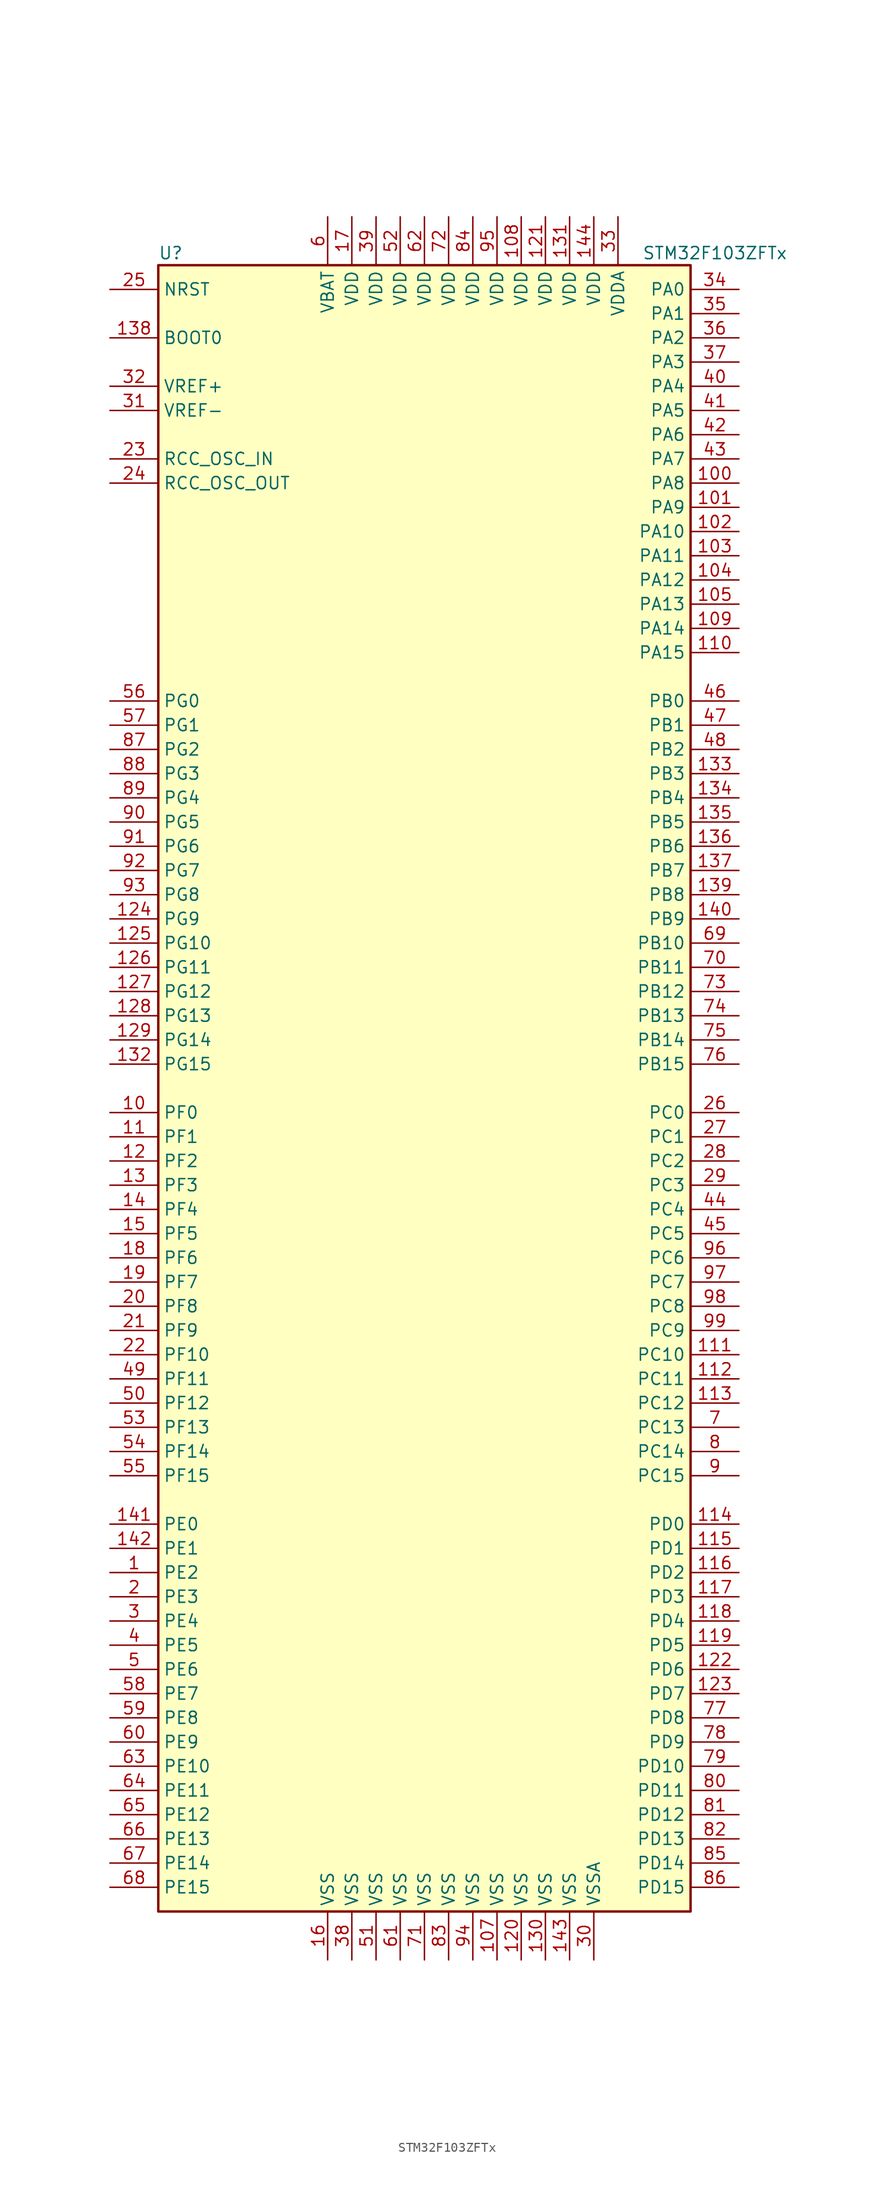
<source format=kicad_sym>
(kicad_symbol_lib
  (version 20201005)
  (generator kicad_symbol_editor)
  (symbol "STM32F103ZFTx"
    (property "Reference" "U"
      (at -27.94 87.63 0)
      (effects (font (size 1.27 1.27)) (justify left)))
    (property "Value" "STM32F103ZFTx"
      (at 22.86 87.63 0)
      (effects (font (size 1.27 1.27)) (justify left)))
    (symbol "STM32F103ZFTx_0_1"
      (rectangle (start -27.94 -86.36) (end 27.94 86.36) (stroke (width 0.254)) (fill (type background))))
    (symbol "STM32F103ZFTx_1_1"
      (pin input line (at -33.02 78.74 0) (length 5.08) (name "BOOT0" (effects (font (size 1.27 1.27)))) (number "138" (effects (font (size 1.27 1.27)))))
      (pin no_connect line (at -27.94 -83.82 0) (length 5.08) hide (name "NC" (effects (font (size 1.27 1.27)))) (number "106" (effects (font (size 1.27 1.27)))))
      (pin input line (at -33.02 83.82 0) (length 5.08) (name "NRST" (effects (font (size 1.27 1.27)))) (number "25" (effects (font (size 1.27 1.27)))))
      (pin bidirectional line (at 33.02 83.82 180) (length 5.08) (name "PA0" (effects (font (size 1.27 1.27)))) (number "34" (effects (font (size 1.27 1.27)))))
      (pin bidirectional line (at 33.02 81.28 180) (length 5.08) (name "PA1" (effects (font (size 1.27 1.27)))) (number "35" (effects (font (size 1.27 1.27)))))
      (pin bidirectional line (at 33.02 58.42 180) (length 5.08) (name "PA10" (effects (font (size 1.27 1.27)))) (number "102" (effects (font (size 1.27 1.27)))))
      (pin bidirectional line (at 33.02 55.88 180) (length 5.08) (name "PA11" (effects (font (size 1.27 1.27)))) (number "103" (effects (font (size 1.27 1.27)))))
      (pin bidirectional line (at 33.02 53.34 180) (length 5.08) (name "PA12" (effects (font (size 1.27 1.27)))) (number "104" (effects (font (size 1.27 1.27)))))
      (pin bidirectional line (at 33.02 50.8 180) (length 5.08) (name "PA13" (effects (font (size 1.27 1.27)))) (number "105" (effects (font (size 1.27 1.27)))))
      (pin bidirectional line (at 33.02 48.26 180) (length 5.08) (name "PA14" (effects (font (size 1.27 1.27)))) (number "109" (effects (font (size 1.27 1.27)))))
      (pin bidirectional line (at 33.02 45.72 180) (length 5.08) (name "PA15" (effects (font (size 1.27 1.27)))) (number "110" (effects (font (size 1.27 1.27)))))
      (pin bidirectional line (at 33.02 78.74 180) (length 5.08) (name "PA2" (effects (font (size 1.27 1.27)))) (number "36" (effects (font (size 1.27 1.27)))))
      (pin bidirectional line (at 33.02 76.2 180) (length 5.08) (name "PA3" (effects (font (size 1.27 1.27)))) (number "37" (effects (font (size 1.27 1.27)))))
      (pin bidirectional line (at 33.02 73.66 180) (length 5.08) (name "PA4" (effects (font (size 1.27 1.27)))) (number "40" (effects (font (size 1.27 1.27)))))
      (pin bidirectional line (at 33.02 71.12 180) (length 5.08) (name "PA5" (effects (font (size 1.27 1.27)))) (number "41" (effects (font (size 1.27 1.27)))))
      (pin bidirectional line (at 33.02 68.58 180) (length 5.08) (name "PA6" (effects (font (size 1.27 1.27)))) (number "42" (effects (font (size 1.27 1.27)))))
      (pin bidirectional line (at 33.02 66.04 180) (length 5.08) (name "PA7" (effects (font (size 1.27 1.27)))) (number "43" (effects (font (size 1.27 1.27)))))
      (pin bidirectional line (at 33.02 63.5 180) (length 5.08) (name "PA8" (effects (font (size 1.27 1.27)))) (number "100" (effects (font (size 1.27 1.27)))))
      (pin bidirectional line (at 33.02 60.96 180) (length 5.08) (name "PA9" (effects (font (size 1.27 1.27)))) (number "101" (effects (font (size 1.27 1.27)))))
      (pin bidirectional line (at 33.02 40.64 180) (length 5.08) (name "PB0" (effects (font (size 1.27 1.27)))) (number "46" (effects (font (size 1.27 1.27)))))
      (pin bidirectional line (at 33.02 38.1 180) (length 5.08) (name "PB1" (effects (font (size 1.27 1.27)))) (number "47" (effects (font (size 1.27 1.27)))))
      (pin bidirectional line (at 33.02 15.24 180) (length 5.08) (name "PB10" (effects (font (size 1.27 1.27)))) (number "69" (effects (font (size 1.27 1.27)))))
      (pin bidirectional line (at 33.02 12.7 180) (length 5.08) (name "PB11" (effects (font (size 1.27 1.27)))) (number "70" (effects (font (size 1.27 1.27)))))
      (pin bidirectional line (at 33.02 10.16 180) (length 5.08) (name "PB12" (effects (font (size 1.27 1.27)))) (number "73" (effects (font (size 1.27 1.27)))))
      (pin bidirectional line (at 33.02 7.62 180) (length 5.08) (name "PB13" (effects (font (size 1.27 1.27)))) (number "74" (effects (font (size 1.27 1.27)))))
      (pin bidirectional line (at 33.02 5.08 180) (length 5.08) (name "PB14" (effects (font (size 1.27 1.27)))) (number "75" (effects (font (size 1.27 1.27)))))
      (pin bidirectional line (at 33.02 2.54 180) (length 5.08) (name "PB15" (effects (font (size 1.27 1.27)))) (number "76" (effects (font (size 1.27 1.27)))))
      (pin bidirectional line (at 33.02 35.56 180) (length 5.08) (name "PB2" (effects (font (size 1.27 1.27)))) (number "48" (effects (font (size 1.27 1.27)))))
      (pin bidirectional line (at 33.02 33.02 180) (length 5.08) (name "PB3" (effects (font (size 1.27 1.27)))) (number "133" (effects (font (size 1.27 1.27)))))
      (pin bidirectional line (at 33.02 30.48 180) (length 5.08) (name "PB4" (effects (font (size 1.27 1.27)))) (number "134" (effects (font (size 1.27 1.27)))))
      (pin bidirectional line (at 33.02 27.94 180) (length 5.08) (name "PB5" (effects (font (size 1.27 1.27)))) (number "135" (effects (font (size 1.27 1.27)))))
      (pin bidirectional line (at 33.02 25.4 180) (length 5.08) (name "PB6" (effects (font (size 1.27 1.27)))) (number "136" (effects (font (size 1.27 1.27)))))
      (pin bidirectional line (at 33.02 22.86 180) (length 5.08) (name "PB7" (effects (font (size 1.27 1.27)))) (number "137" (effects (font (size 1.27 1.27)))))
      (pin bidirectional line (at 33.02 20.32 180) (length 5.08) (name "PB8" (effects (font (size 1.27 1.27)))) (number "139" (effects (font (size 1.27 1.27)))))
      (pin bidirectional line (at 33.02 17.78 180) (length 5.08) (name "PB9" (effects (font (size 1.27 1.27)))) (number "140" (effects (font (size 1.27 1.27)))))
      (pin bidirectional line (at 33.02 -2.54 180) (length 5.08) (name "PC0" (effects (font (size 1.27 1.27)))) (number "26" (effects (font (size 1.27 1.27)))))
      (pin bidirectional line (at 33.02 -5.08 180) (length 5.08) (name "PC1" (effects (font (size 1.27 1.27)))) (number "27" (effects (font (size 1.27 1.27)))))
      (pin bidirectional line (at 33.02 -27.94 180) (length 5.08) (name "PC10" (effects (font (size 1.27 1.27)))) (number "111" (effects (font (size 1.27 1.27)))))
      (pin bidirectional line (at 33.02 -30.48 180) (length 5.08) (name "PC11" (effects (font (size 1.27 1.27)))) (number "112" (effects (font (size 1.27 1.27)))))
      (pin bidirectional line (at 33.02 -33.02 180) (length 5.08) (name "PC12" (effects (font (size 1.27 1.27)))) (number "113" (effects (font (size 1.27 1.27)))))
      (pin bidirectional line (at 33.02 -35.56 180) (length 5.08) (name "PC13" (effects (font (size 1.27 1.27)))) (number "7" (effects (font (size 1.27 1.27)))))
      (pin bidirectional line (at 33.02 -38.1 180) (length 5.08) (name "PC14" (effects (font (size 1.27 1.27)))) (number "8" (effects (font (size 1.27 1.27)))))
      (pin bidirectional line (at 33.02 -40.64 180) (length 5.08) (name "PC15" (effects (font (size 1.27 1.27)))) (number "9" (effects (font (size 1.27 1.27)))))
      (pin bidirectional line (at 33.02 -7.62 180) (length 5.08) (name "PC2" (effects (font (size 1.27 1.27)))) (number "28" (effects (font (size 1.27 1.27)))))
      (pin bidirectional line (at 33.02 -10.16 180) (length 5.08) (name "PC3" (effects (font (size 1.27 1.27)))) (number "29" (effects (font (size 1.27 1.27)))))
      (pin bidirectional line (at 33.02 -12.7 180) (length 5.08) (name "PC4" (effects (font (size 1.27 1.27)))) (number "44" (effects (font (size 1.27 1.27)))))
      (pin bidirectional line (at 33.02 -15.24 180) (length 5.08) (name "PC5" (effects (font (size 1.27 1.27)))) (number "45" (effects (font (size 1.27 1.27)))))
      (pin bidirectional line (at 33.02 -17.78 180) (length 5.08) (name "PC6" (effects (font (size 1.27 1.27)))) (number "96" (effects (font (size 1.27 1.27)))))
      (pin bidirectional line (at 33.02 -20.32 180) (length 5.08) (name "PC7" (effects (font (size 1.27 1.27)))) (number "97" (effects (font (size 1.27 1.27)))))
      (pin bidirectional line (at 33.02 -22.86 180) (length 5.08) (name "PC8" (effects (font (size 1.27 1.27)))) (number "98" (effects (font (size 1.27 1.27)))))
      (pin bidirectional line (at 33.02 -25.4 180) (length 5.08) (name "PC9" (effects (font (size 1.27 1.27)))) (number "99" (effects (font (size 1.27 1.27)))))
      (pin bidirectional line (at 33.02 -45.72 180) (length 5.08) (name "PD0" (effects (font (size 1.27 1.27)))) (number "114" (effects (font (size 1.27 1.27)))))
      (pin bidirectional line (at 33.02 -48.26 180) (length 5.08) (name "PD1" (effects (font (size 1.27 1.27)))) (number "115" (effects (font (size 1.27 1.27)))))
      (pin bidirectional line (at 33.02 -71.12 180) (length 5.08) (name "PD10" (effects (font (size 1.27 1.27)))) (number "79" (effects (font (size 1.27 1.27)))))
      (pin bidirectional line (at 33.02 -73.66 180) (length 5.08) (name "PD11" (effects (font (size 1.27 1.27)))) (number "80" (effects (font (size 1.27 1.27)))))
      (pin bidirectional line (at 33.02 -76.2 180) (length 5.08) (name "PD12" (effects (font (size 1.27 1.27)))) (number "81" (effects (font (size 1.27 1.27)))))
      (pin bidirectional line (at 33.02 -78.74 180) (length 5.08) (name "PD13" (effects (font (size 1.27 1.27)))) (number "82" (effects (font (size 1.27 1.27)))))
      (pin bidirectional line (at 33.02 -81.28 180) (length 5.08) (name "PD14" (effects (font (size 1.27 1.27)))) (number "85" (effects (font (size 1.27 1.27)))))
      (pin bidirectional line (at 33.02 -83.82 180) (length 5.08) (name "PD15" (effects (font (size 1.27 1.27)))) (number "86" (effects (font (size 1.27 1.27)))))
      (pin bidirectional line (at 33.02 -50.8 180) (length 5.08) (name "PD2" (effects (font (size 1.27 1.27)))) (number "116" (effects (font (size 1.27 1.27)))))
      (pin bidirectional line (at 33.02 -53.34 180) (length 5.08) (name "PD3" (effects (font (size 1.27 1.27)))) (number "117" (effects (font (size 1.27 1.27)))))
      (pin bidirectional line (at 33.02 -55.88 180) (length 5.08) (name "PD4" (effects (font (size 1.27 1.27)))) (number "118" (effects (font (size 1.27 1.27)))))
      (pin bidirectional line (at 33.02 -58.42 180) (length 5.08) (name "PD5" (effects (font (size 1.27 1.27)))) (number "119" (effects (font (size 1.27 1.27)))))
      (pin bidirectional line (at 33.02 -60.96 180) (length 5.08) (name "PD6" (effects (font (size 1.27 1.27)))) (number "122" (effects (font (size 1.27 1.27)))))
      (pin bidirectional line (at 33.02 -63.5 180) (length 5.08) (name "PD7" (effects (font (size 1.27 1.27)))) (number "123" (effects (font (size 1.27 1.27)))))
      (pin bidirectional line (at 33.02 -66.04 180) (length 5.08) (name "PD8" (effects (font (size 1.27 1.27)))) (number "77" (effects (font (size 1.27 1.27)))))
      (pin bidirectional line (at 33.02 -68.58 180) (length 5.08) (name "PD9" (effects (font (size 1.27 1.27)))) (number "78" (effects (font (size 1.27 1.27)))))
      (pin bidirectional line (at -33.02 -45.72 0) (length 5.08) (name "PE0" (effects (font (size 1.27 1.27)))) (number "141" (effects (font (size 1.27 1.27)))))
      (pin bidirectional line (at -33.02 -48.26 0) (length 5.08) (name "PE1" (effects (font (size 1.27 1.27)))) (number "142" (effects (font (size 1.27 1.27)))))
      (pin bidirectional line (at -33.02 -71.12 0) (length 5.08) (name "PE10" (effects (font (size 1.27 1.27)))) (number "63" (effects (font (size 1.27 1.27)))))
      (pin bidirectional line (at -33.02 -73.66 0) (length 5.08) (name "PE11" (effects (font (size 1.27 1.27)))) (number "64" (effects (font (size 1.27 1.27)))))
      (pin bidirectional line (at -33.02 -76.2 0) (length 5.08) (name "PE12" (effects (font (size 1.27 1.27)))) (number "65" (effects (font (size 1.27 1.27)))))
      (pin bidirectional line (at -33.02 -78.74 0) (length 5.08) (name "PE13" (effects (font (size 1.27 1.27)))) (number "66" (effects (font (size 1.27 1.27)))))
      (pin bidirectional line (at -33.02 -81.28 0) (length 5.08) (name "PE14" (effects (font (size 1.27 1.27)))) (number "67" (effects (font (size 1.27 1.27)))))
      (pin bidirectional line (at -33.02 -83.82 0) (length 5.08) (name "PE15" (effects (font (size 1.27 1.27)))) (number "68" (effects (font (size 1.27 1.27)))))
      (pin bidirectional line (at -33.02 -50.8 0) (length 5.08) (name "PE2" (effects (font (size 1.27 1.27)))) (number "1" (effects (font (size 1.27 1.27)))))
      (pin bidirectional line (at -33.02 -53.34 0) (length 5.08) (name "PE3" (effects (font (size 1.27 1.27)))) (number "2" (effects (font (size 1.27 1.27)))))
      (pin bidirectional line (at -33.02 -55.88 0) (length 5.08) (name "PE4" (effects (font (size 1.27 1.27)))) (number "3" (effects (font (size 1.27 1.27)))))
      (pin bidirectional line (at -33.02 -58.42 0) (length 5.08) (name "PE5" (effects (font (size 1.27 1.27)))) (number "4" (effects (font (size 1.27 1.27)))))
      (pin bidirectional line (at -33.02 -60.96 0) (length 5.08) (name "PE6" (effects (font (size 1.27 1.27)))) (number "5" (effects (font (size 1.27 1.27)))))
      (pin bidirectional line (at -33.02 -63.5 0) (length 5.08) (name "PE7" (effects (font (size 1.27 1.27)))) (number "58" (effects (font (size 1.27 1.27)))))
      (pin bidirectional line (at -33.02 -66.04 0) (length 5.08) (name "PE8" (effects (font (size 1.27 1.27)))) (number "59" (effects (font (size 1.27 1.27)))))
      (pin bidirectional line (at -33.02 -68.58 0) (length 5.08) (name "PE9" (effects (font (size 1.27 1.27)))) (number "60" (effects (font (size 1.27 1.27)))))
      (pin bidirectional line (at -33.02 -2.54 0) (length 5.08) (name "PF0" (effects (font (size 1.27 1.27)))) (number "10" (effects (font (size 1.27 1.27)))))
      (pin bidirectional line (at -33.02 -5.08 0) (length 5.08) (name "PF1" (effects (font (size 1.27 1.27)))) (number "11" (effects (font (size 1.27 1.27)))))
      (pin bidirectional line (at -33.02 -27.94 0) (length 5.08) (name "PF10" (effects (font (size 1.27 1.27)))) (number "22" (effects (font (size 1.27 1.27)))))
      (pin bidirectional line (at -33.02 -30.48 0) (length 5.08) (name "PF11" (effects (font (size 1.27 1.27)))) (number "49" (effects (font (size 1.27 1.27)))))
      (pin bidirectional line (at -33.02 -33.02 0) (length 5.08) (name "PF12" (effects (font (size 1.27 1.27)))) (number "50" (effects (font (size 1.27 1.27)))))
      (pin bidirectional line (at -33.02 -35.56 0) (length 5.08) (name "PF13" (effects (font (size 1.27 1.27)))) (number "53" (effects (font (size 1.27 1.27)))))
      (pin bidirectional line (at -33.02 -38.1 0) (length 5.08) (name "PF14" (effects (font (size 1.27 1.27)))) (number "54" (effects (font (size 1.27 1.27)))))
      (pin bidirectional line (at -33.02 -40.64 0) (length 5.08) (name "PF15" (effects (font (size 1.27 1.27)))) (number "55" (effects (font (size 1.27 1.27)))))
      (pin bidirectional line (at -33.02 -7.62 0) (length 5.08) (name "PF2" (effects (font (size 1.27 1.27)))) (number "12" (effects (font (size 1.27 1.27)))))
      (pin bidirectional line (at -33.02 -10.16 0) (length 5.08) (name "PF3" (effects (font (size 1.27 1.27)))) (number "13" (effects (font (size 1.27 1.27)))))
      (pin bidirectional line (at -33.02 -12.7 0) (length 5.08) (name "PF4" (effects (font (size 1.27 1.27)))) (number "14" (effects (font (size 1.27 1.27)))))
      (pin bidirectional line (at -33.02 -15.24 0) (length 5.08) (name "PF5" (effects (font (size 1.27 1.27)))) (number "15" (effects (font (size 1.27 1.27)))))
      (pin bidirectional line (at -33.02 -17.78 0) (length 5.08) (name "PF6" (effects (font (size 1.27 1.27)))) (number "18" (effects (font (size 1.27 1.27)))))
      (pin bidirectional line (at -33.02 -20.32 0) (length 5.08) (name "PF7" (effects (font (size 1.27 1.27)))) (number "19" (effects (font (size 1.27 1.27)))))
      (pin bidirectional line (at -33.02 -22.86 0) (length 5.08) (name "PF8" (effects (font (size 1.27 1.27)))) (number "20" (effects (font (size 1.27 1.27)))))
      (pin bidirectional line (at -33.02 -25.4 0) (length 5.08) (name "PF9" (effects (font (size 1.27 1.27)))) (number "21" (effects (font (size 1.27 1.27)))))
      (pin bidirectional line (at -33.02 40.64 0) (length 5.08) (name "PG0" (effects (font (size 1.27 1.27)))) (number "56" (effects (font (size 1.27 1.27)))))
      (pin bidirectional line (at -33.02 38.1 0) (length 5.08) (name "PG1" (effects (font (size 1.27 1.27)))) (number "57" (effects (font (size 1.27 1.27)))))
      (pin bidirectional line (at -33.02 15.24 0) (length 5.08) (name "PG10" (effects (font (size 1.27 1.27)))) (number "125" (effects (font (size 1.27 1.27)))))
      (pin bidirectional line (at -33.02 12.7 0) (length 5.08) (name "PG11" (effects (font (size 1.27 1.27)))) (number "126" (effects (font (size 1.27 1.27)))))
      (pin bidirectional line (at -33.02 10.16 0) (length 5.08) (name "PG12" (effects (font (size 1.27 1.27)))) (number "127" (effects (font (size 1.27 1.27)))))
      (pin bidirectional line (at -33.02 7.62 0) (length 5.08) (name "PG13" (effects (font (size 1.27 1.27)))) (number "128" (effects (font (size 1.27 1.27)))))
      (pin bidirectional line (at -33.02 5.08 0) (length 5.08) (name "PG14" (effects (font (size 1.27 1.27)))) (number "129" (effects (font (size 1.27 1.27)))))
      (pin bidirectional line (at -33.02 2.54 0) (length 5.08) (name "PG15" (effects (font (size 1.27 1.27)))) (number "132" (effects (font (size 1.27 1.27)))))
      (pin bidirectional line (at -33.02 35.56 0) (length 5.08) (name "PG2" (effects (font (size 1.27 1.27)))) (number "87" (effects (font (size 1.27 1.27)))))
      (pin bidirectional line (at -33.02 33.02 0) (length 5.08) (name "PG3" (effects (font (size 1.27 1.27)))) (number "88" (effects (font (size 1.27 1.27)))))
      (pin bidirectional line (at -33.02 30.48 0) (length 5.08) (name "PG4" (effects (font (size 1.27 1.27)))) (number "89" (effects (font (size 1.27 1.27)))))
      (pin bidirectional line (at -33.02 27.94 0) (length 5.08) (name "PG5" (effects (font (size 1.27 1.27)))) (number "90" (effects (font (size 1.27 1.27)))))
      (pin bidirectional line (at -33.02 25.4 0) (length 5.08) (name "PG6" (effects (font (size 1.27 1.27)))) (number "91" (effects (font (size 1.27 1.27)))))
      (pin bidirectional line (at -33.02 22.86 0) (length 5.08) (name "PG7" (effects (font (size 1.27 1.27)))) (number "92" (effects (font (size 1.27 1.27)))))
      (pin bidirectional line (at -33.02 20.32 0) (length 5.08) (name "PG8" (effects (font (size 1.27 1.27)))) (number "93" (effects (font (size 1.27 1.27)))))
      (pin bidirectional line (at -33.02 17.78 0) (length 5.08) (name "PG9" (effects (font (size 1.27 1.27)))) (number "124" (effects (font (size 1.27 1.27)))))
      (pin input line (at -33.02 66.04 0) (length 5.08) (name "RCC_OSC_IN" (effects (font (size 1.27 1.27)))) (number "23" (effects (font (size 1.27 1.27)))))
      (pin input line (at -33.02 63.5 0) (length 5.08) (name "RCC_OSC_OUT" (effects (font (size 1.27 1.27)))) (number "24" (effects (font (size 1.27 1.27)))))
      (pin power_in line (at -10.16 91.44 270) (length 5.08) (name "VBAT" (effects (font (size 1.27 1.27)))) (number "6" (effects (font (size 1.27 1.27)))))
      (pin power_in line (at 10.16 91.44 270) (length 5.08) (name "VDD" (effects (font (size 1.27 1.27)))) (number "108" (effects (font (size 1.27 1.27)))))
      (pin power_in line (at 12.7 91.44 270) (length 5.08) (name "VDD" (effects (font (size 1.27 1.27)))) (number "121" (effects (font (size 1.27 1.27)))))
      (pin power_in line (at 15.24 91.44 270) (length 5.08) (name "VDD" (effects (font (size 1.27 1.27)))) (number "131" (effects (font (size 1.27 1.27)))))
      (pin power_in line (at 17.78 91.44 270) (length 5.08) (name "VDD" (effects (font (size 1.27 1.27)))) (number "144" (effects (font (size 1.27 1.27)))))
      (pin power_in line (at -7.62 91.44 270) (length 5.08) (name "VDD" (effects (font (size 1.27 1.27)))) (number "17" (effects (font (size 1.27 1.27)))))
      (pin power_in line (at -5.08 91.44 270) (length 5.08) (name "VDD" (effects (font (size 1.27 1.27)))) (number "39" (effects (font (size 1.27 1.27)))))
      (pin power_in line (at -2.54 91.44 270) (length 5.08) (name "VDD" (effects (font (size 1.27 1.27)))) (number "52" (effects (font (size 1.27 1.27)))))
      (pin power_in line (at 0 91.44 270) (length 5.08) (name "VDD" (effects (font (size 1.27 1.27)))) (number "62" (effects (font (size 1.27 1.27)))))
      (pin power_in line (at 2.54 91.44 270) (length 5.08) (name "VDD" (effects (font (size 1.27 1.27)))) (number "72" (effects (font (size 1.27 1.27)))))
      (pin power_in line (at 5.08 91.44 270) (length 5.08) (name "VDD" (effects (font (size 1.27 1.27)))) (number "84" (effects (font (size 1.27 1.27)))))
      (pin power_in line (at 7.62 91.44 270) (length 5.08) (name "VDD" (effects (font (size 1.27 1.27)))) (number "95" (effects (font (size 1.27 1.27)))))
      (pin power_in line (at 20.32 91.44 270) (length 5.08) (name "VDDA" (effects (font (size 1.27 1.27)))) (number "33" (effects (font (size 1.27 1.27)))))
      (pin power_in line (at -33.02 73.66 0) (length 5.08) (name "VREF+" (effects (font (size 1.27 1.27)))) (number "32" (effects (font (size 1.27 1.27)))))
      (pin power_in line (at -33.02 71.12 0) (length 5.08) (name "VREF-" (effects (font (size 1.27 1.27)))) (number "31" (effects (font (size 1.27 1.27)))))
      (pin power_in line (at 7.62 -91.44 90) (length 5.08) (name "VSS" (effects (font (size 1.27 1.27)))) (number "107" (effects (font (size 1.27 1.27)))))
      (pin power_in line (at 10.16 -91.44 90) (length 5.08) (name "VSS" (effects (font (size 1.27 1.27)))) (number "120" (effects (font (size 1.27 1.27)))))
      (pin power_in line (at 12.7 -91.44 90) (length 5.08) (name "VSS" (effects (font (size 1.27 1.27)))) (number "130" (effects (font (size 1.27 1.27)))))
      (pin power_in line (at 15.24 -91.44 90) (length 5.08) (name "VSS" (effects (font (size 1.27 1.27)))) (number "143" (effects (font (size 1.27 1.27)))))
      (pin power_in line (at -10.16 -91.44 90) (length 5.08) (name "VSS" (effects (font (size 1.27 1.27)))) (number "16" (effects (font (size 1.27 1.27)))))
      (pin power_in line (at -7.62 -91.44 90) (length 5.08) (name "VSS" (effects (font (size 1.27 1.27)))) (number "38" (effects (font (size 1.27 1.27)))))
      (pin power_in line (at -5.08 -91.44 90) (length 5.08) (name "VSS" (effects (font (size 1.27 1.27)))) (number "51" (effects (font (size 1.27 1.27)))))
      (pin power_in line (at -2.54 -91.44 90) (length 5.08) (name "VSS" (effects (font (size 1.27 1.27)))) (number "61" (effects (font (size 1.27 1.27)))))
      (pin power_in line (at 0 -91.44 90) (length 5.08) (name "VSS" (effects (font (size 1.27 1.27)))) (number "71" (effects (font (size 1.27 1.27)))))
      (pin power_in line (at 2.54 -91.44 90) (length 5.08) (name "VSS" (effects (font (size 1.27 1.27)))) (number "83" (effects (font (size 1.27 1.27)))))
      (pin power_in line (at 5.08 -91.44 90) (length 5.08) (name "VSS" (effects (font (size 1.27 1.27)))) (number "94" (effects (font (size 1.27 1.27)))))
      (pin power_in line (at 17.78 -91.44 90) (length 5.08) (name "VSSA" (effects (font (size 1.27 1.27)))) (number "30" (effects (font (size 1.27 1.27))))))))
</source>
